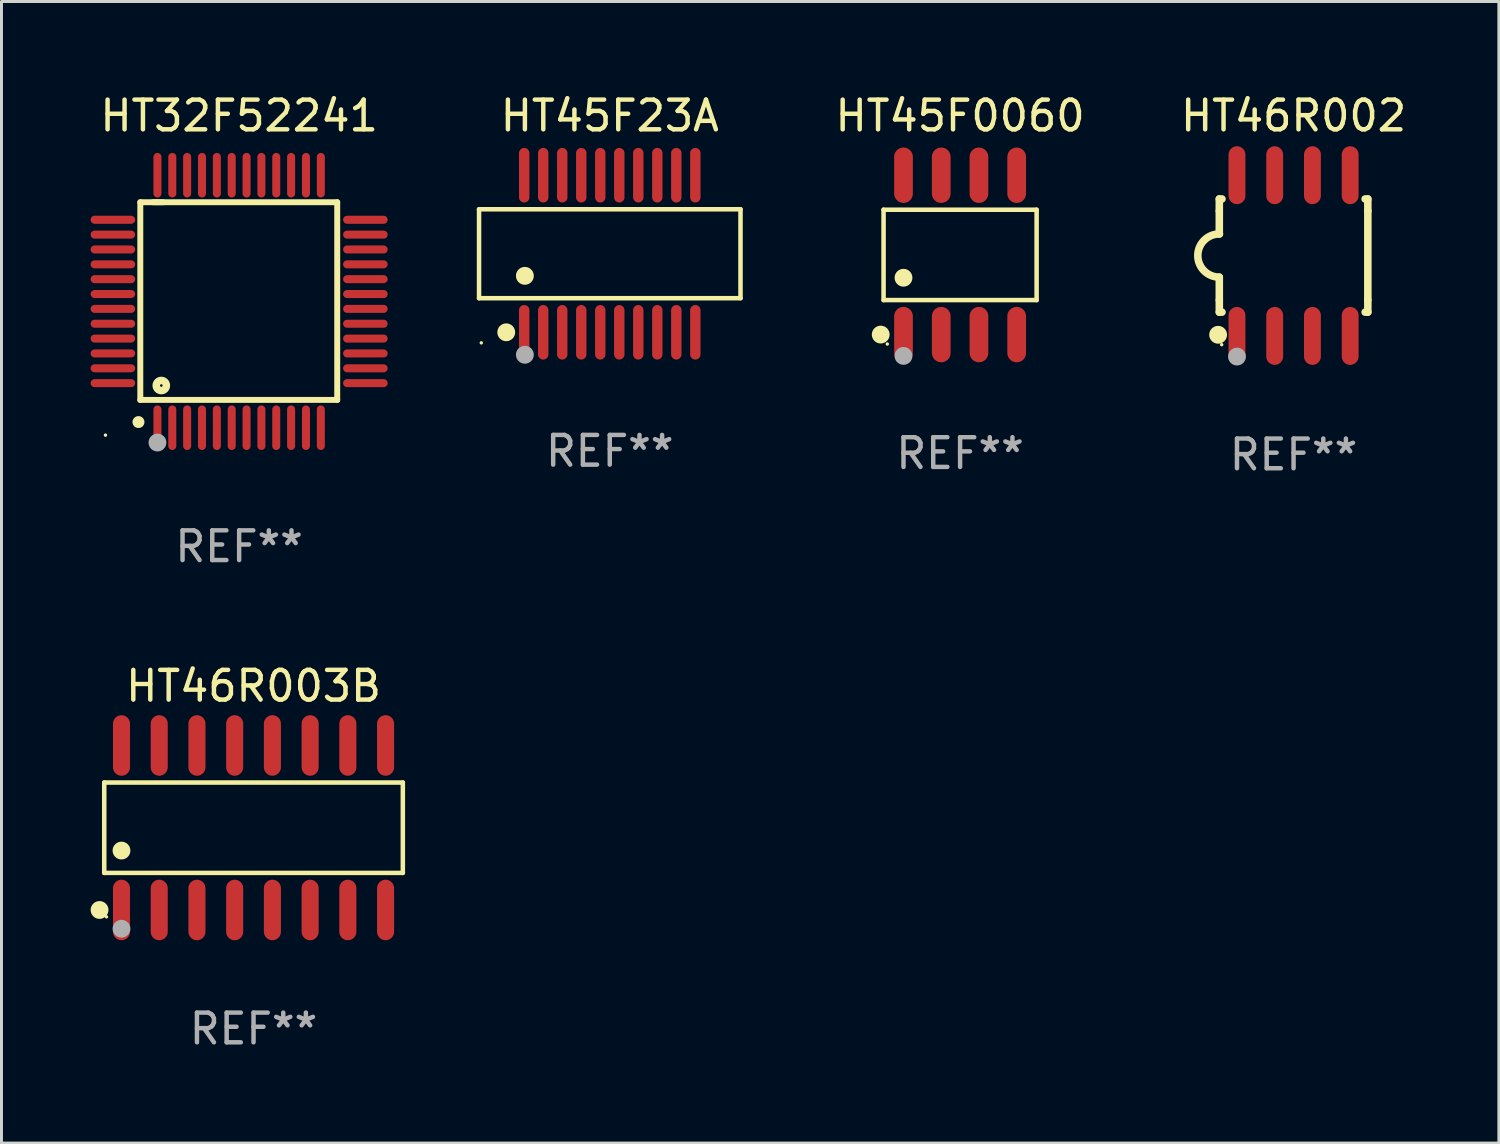
<source format=kicad_pcb>
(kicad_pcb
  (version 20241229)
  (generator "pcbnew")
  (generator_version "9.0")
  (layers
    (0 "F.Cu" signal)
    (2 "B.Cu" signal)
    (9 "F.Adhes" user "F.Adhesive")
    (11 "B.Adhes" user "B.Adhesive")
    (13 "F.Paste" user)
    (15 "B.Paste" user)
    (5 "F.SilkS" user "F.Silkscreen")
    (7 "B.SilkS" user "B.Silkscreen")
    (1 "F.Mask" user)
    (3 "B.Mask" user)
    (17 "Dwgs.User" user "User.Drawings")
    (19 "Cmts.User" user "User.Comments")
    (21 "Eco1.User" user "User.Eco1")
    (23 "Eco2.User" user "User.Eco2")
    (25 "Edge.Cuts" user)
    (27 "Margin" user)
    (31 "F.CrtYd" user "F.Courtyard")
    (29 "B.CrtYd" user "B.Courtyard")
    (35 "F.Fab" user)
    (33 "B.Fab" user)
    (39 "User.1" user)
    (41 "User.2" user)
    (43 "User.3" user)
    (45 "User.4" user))
  (footprint "HT45F0060"
    (layer "F.Cu")
    (at 29.27 5.531)
    (property "Reference" "HT45F0060" (at 0 -4.682 0) (layer "F.SilkS") (effects (font (size 1 1) (thickness 0.15))))
    (attr through_hole)
    (fp_line (start -2.576 -1.521) (end 2.576 -1.521) (stroke (width 0.152) (type solid)) (layer "F.SilkS"))
    (fp_line (start -2.576 1.521) (end -2.576 -1.521) (stroke (width 0.152) (type solid)) (layer "F.SilkS"))
    (fp_line (start 2.576 -1.521) (end 2.576 1.521) (stroke (width 0.152) (type solid)) (layer "F.SilkS"))
    (fp_line (start 2.576 1.521) (end -2.576 1.521) (stroke (width 0.152) (type solid)) (layer "F.SilkS"))
    (fp_circle (center -2.672 2.682) (end -2.522 2.682) (stroke (width 0.3) (type solid)) (fill no) (layer "F.SilkS"))
    (fp_circle (center -2.45 3) (end -2.42 3) (stroke (width 0.06) (type solid)) (fill no) (layer "F.SilkS"))
    (fp_circle (center -1.905 0.769) (end -1.755 0.769) (stroke (width 0.3) (type solid)) (fill no) (layer "F.SilkS"))
    (fp_circle (center -1.905 3.4) (end -1.755 3.4) (stroke (width 0.3) (type solid)) (fill no) (layer "F.Fab"))
    (fp_text user "REF**" (at 0 6.682 0) (layer "F.Fab") (effects (font (size 1 1) (thickness 0.15))))
    (pad "1" smd oval (at -1.905 2.682) (size 0.63 1.865) (layers "F.Cu" "F.Mask" "F.Paste"))
    (pad "2" smd oval (at -0.635 2.682) (size 0.63 1.865) (layers "F.Cu" "F.Mask" "F.Paste"))
    (pad "3" smd oval (at 0.635 2.682) (size 0.63 1.865) (layers "F.Cu" "F.Mask" "F.Paste"))
    (pad "4" smd oval (at 1.905 2.682) (size 0.63 1.865) (layers "F.Cu" "F.Mask" "F.Paste"))
    (pad "5" smd oval (at 1.905 -2.682) (size 0.63 1.865) (layers "F.Cu" "F.Mask" "F.Paste"))
    (pad "6" smd oval (at 0.635 -2.682) (size 0.63 1.865) (layers "F.Cu" "F.Mask" "F.Paste"))
    (pad "7" smd oval (at -0.635 -2.682) (size 0.63 1.865) (layers "F.Cu" "F.Mask" "F.Paste"))
    (pad "8" smd oval (at -1.905 -2.682) (size 0.63 1.865) (layers "F.Cu" "F.Mask" "F.Paste")))
  (footprint "HT45F23A"
    (layer "F.Cu")
    (at 17.477 5.492)
    (property "Reference" "HT45F23A" (at 0 -4.644 0) (layer "F.SilkS") (effects (font (size 1 1) (thickness 0.15))))
    (attr through_hole)
    (fp_line (start -4.401 -1.497) (end 4.401 -1.497) (stroke (width 0.152) (type solid)) (layer "F.SilkS"))
    (fp_line (start -4.401 1.496) (end -4.401 -1.497) (stroke (width 0.152) (type solid)) (layer "F.SilkS"))
    (fp_line (start 4.401 -1.497) (end 4.401 1.496) (stroke (width 0.152) (type solid)) (layer "F.SilkS"))
    (fp_line (start 4.401 1.496) (end -4.401 1.496) (stroke (width 0.152) (type solid)) (layer "F.SilkS"))
    (fp_circle (center -4.325 3) (end -4.295 3) (stroke (width 0.06) (type solid)) (fill no) (layer "F.SilkS"))
    (fp_circle (center -3.485 2.644) (end -3.335 2.644) (stroke (width 0.3) (type solid)) (fill no) (layer "F.SilkS"))
    (fp_circle (center -2.858 0.744) (end -2.707 0.744) (stroke (width 0.3) (type solid)) (fill no) (layer "F.SilkS"))
    (fp_circle (center -2.858 3.4) (end -2.707 3.4) (stroke (width 0.3) (type solid)) (fill no) (layer "F.Fab"))
    (fp_text user "REF**" (at 0 6.644 0) (layer "F.Fab") (effects (font (size 1 1) (thickness 0.15))))
    (pad "1" smd oval (at -2.88 2.644) (size 0.35 1.837) (layers "F.Cu" "F.Mask" "F.Paste"))
    (pad "2" smd oval (at -2.24 2.644) (size 0.35 1.837) (layers "F.Cu" "F.Mask" "F.Paste"))
    (pad "3" smd oval (at -1.6 2.644) (size 0.35 1.837) (layers "F.Cu" "F.Mask" "F.Paste"))
    (pad "4" smd oval (at -0.96 2.644) (size 0.35 1.837) (layers "F.Cu" "F.Mask" "F.Paste"))
    (pad "5" smd oval (at -0.32 2.644) (size 0.35 1.837) (layers "F.Cu" "F.Mask" "F.Paste"))
    (pad "6" smd oval (at 0.32 2.644) (size 0.35 1.837) (layers "F.Cu" "F.Mask" "F.Paste"))
    (pad "7" smd oval (at 0.96 2.644) (size 0.35 1.837) (layers "F.Cu" "F.Mask" "F.Paste"))
    (pad "8" smd oval (at 1.6 2.644) (size 0.35 1.837) (layers "F.Cu" "F.Mask" "F.Paste"))
    (pad "9" smd oval (at 2.24 2.644) (size 0.35 1.837) (layers "F.Cu" "F.Mask" "F.Paste"))
    (pad "10" smd oval (at 2.88 2.644) (size 0.35 1.837) (layers "F.Cu" "F.Mask" "F.Paste"))
    (pad "11" smd oval (at 2.88 -2.644 180) (size 0.35 1.837) (layers "F.Cu" "F.Mask" "F.Paste"))
    (pad "12" smd oval (at 2.24 -2.644 180) (size 0.35 1.837) (layers "F.Cu" "F.Mask" "F.Paste"))
    (pad "13" smd oval (at 1.6 -2.644 180) (size 0.35 1.837) (layers "F.Cu" "F.Mask" "F.Paste"))
    (pad "14" smd oval (at 0.96 -2.644 180) (size 0.35 1.837) (layers "F.Cu" "F.Mask" "F.Paste"))
    (pad "15" smd oval (at 0.32 -2.644 180) (size 0.35 1.837) (layers "F.Cu" "F.Mask" "F.Paste"))
    (pad "16" smd oval (at -0.32 -2.644 180) (size 0.35 1.837) (layers "F.Cu" "F.Mask" "F.Paste"))
    (pad "17" smd oval (at -0.96 -2.644 180) (size 0.35 1.837) (layers "F.Cu" "F.Mask" "F.Paste"))
    (pad "18" smd oval (at -1.6 -2.644 180) (size 0.35 1.837) (layers "F.Cu" "F.Mask" "F.Paste"))
    (pad "19" smd oval (at -2.24 -2.644 180) (size 0.35 1.837) (layers "F.Cu" "F.Mask" "F.Paste"))
    (pad "20" smd oval (at -2.88 -2.644 180) (size 0.35 1.837) (layers "F.Cu" "F.Mask" "F.Paste")))
  (footprint "HT46R003B"
    (layer "F.Cu")
    (at 5.485 24.814)
    (property "Reference" "HT46R003B" (at 0 -4.769 0) (layer "F.SilkS") (effects (font (size 1 1) (thickness 0.15))))
    (attr through_hole)
    (fp_line (start -5.026 -1.521) (end 5.026 -1.521) (stroke (width 0.152) (type solid)) (layer "F.SilkS"))
    (fp_line (start -5.026 1.521) (end -5.026 -1.521) (stroke (width 0.152) (type solid)) (layer "F.SilkS"))
    (fp_line (start 5.026 -1.521) (end 5.026 1.521) (stroke (width 0.152) (type solid)) (layer "F.SilkS"))
    (fp_line (start 5.026 1.521) (end -5.026 1.521) (stroke (width 0.152) (type solid)) (layer "F.SilkS"))
    (fp_circle (center -5.184 2.769) (end -5.034 2.769) (stroke (width 0.3) (type solid)) (fill no) (layer "F.SilkS"))
    (fp_circle (center -4.95 3) (end -4.92 3) (stroke (width 0.06) (type solid)) (fill no) (layer "F.SilkS"))
    (fp_circle (center -4.445 0.769) (end -4.295 0.769) (stroke (width 0.3) (type solid)) (fill no) (layer "F.SilkS"))
    (fp_circle (center -4.445 3.4) (end -4.295 3.4) (stroke (width 0.3) (type solid)) (fill no) (layer "F.Fab"))
    (fp_text user "REF**" (at 0 6.769 0) (layer "F.Fab") (effects (font (size 1 1) (thickness 0.15))))
    (pad "1" smd oval (at -4.445 2.769) (size 0.574 2.038) (layers "F.Cu" "F.Mask" "F.Paste"))
    (pad "2" smd oval (at -3.175 2.769) (size 0.574 2.038) (layers "F.Cu" "F.Mask" "F.Paste"))
    (pad "3" smd oval (at -1.905 2.769) (size 0.574 2.038) (layers "F.Cu" "F.Mask" "F.Paste"))
    (pad "4" smd oval (at -0.635 2.769) (size 0.574 2.038) (layers "F.Cu" "F.Mask" "F.Paste"))
    (pad "5" smd oval (at 0.635 2.769) (size 0.574 2.038) (layers "F.Cu" "F.Mask" "F.Paste"))
    (pad "6" smd oval (at 1.905 2.769) (size 0.574 2.038) (layers "F.Cu" "F.Mask" "F.Paste"))
    (pad "7" smd oval (at 3.175 2.769) (size 0.574 2.038) (layers "F.Cu" "F.Mask" "F.Paste"))
    (pad "8" smd oval (at 4.445 2.769) (size 0.574 2.038) (layers "F.Cu" "F.Mask" "F.Paste"))
    (pad "9" smd oval (at 4.445 -2.769) (size 0.574 2.038) (layers "F.Cu" "F.Mask" "F.Paste"))
    (pad "10" smd oval (at 3.175 -2.769) (size 0.574 2.038) (layers "F.Cu" "F.Mask" "F.Paste"))
    (pad "11" smd oval (at 1.905 -2.769) (size 0.574 2.038) (layers "F.Cu" "F.Mask" "F.Paste"))
    (pad "12" smd oval (at 0.635 -2.769) (size 0.574 2.038) (layers "F.Cu" "F.Mask" "F.Paste"))
    (pad "13" smd oval (at -0.635 -2.769) (size 0.574 2.038) (layers "F.Cu" "F.Mask" "F.Paste"))
    (pad "14" smd oval (at -1.905 -2.769) (size 0.574 2.038) (layers "F.Cu" "F.Mask" "F.Paste"))
    (pad "15" smd oval (at -3.175 -2.769) (size 0.574 2.038) (layers "F.Cu" "F.Mask" "F.Paste"))
    (pad "16" smd oval (at -4.445 -2.769) (size 0.574 2.038) (layers "F.Cu" "F.Mask" "F.Paste")))
  (footprint "HT32F52241"
    (layer "F.Cu")
    (at 5 7.098)
    (property "Reference" "HT32F52241" (at 0 -6.25 0) (layer "F.SilkS") (effects (font (size 1 1) (thickness 0.15))))
    (attr through_hole)
    (fp_line (start -3.327 -3.34) (end -2.565 -3.34) (stroke (width 0.2) (type solid)) (layer "F.SilkS"))
    (fp_line (start -3.327 3.315) (end -3.327 -3.34) (stroke (width 0.2) (type solid)) (layer "F.SilkS"))
    (fp_line (start -2.896 -3.34) (end 3.302 -3.34) (stroke (width 0.2) (type solid)) (layer "F.SilkS"))
    (fp_line (start 3.302 -3.34) (end 3.302 3.315) (stroke (width 0.2) (type solid)) (layer "F.SilkS"))
    (fp_line (start 3.302 3.315) (end -3.327 3.315) (stroke (width 0.2) (type solid)) (layer "F.SilkS"))
    (fp_arc (start -3.389992 4.059995) (mid -3.388722 4.059991) (end -3.387452 4.059995) (stroke (width 0.4) (type solid)) (layer "F.SilkS"))
    (fp_circle (center -4.5 4.5) (end -4.47 4.5) (stroke (width 0.06) (type solid)) (fill no) (layer "F.SilkS"))
    (fp_circle (center -2.62 2.83) (end -2.45 2.83) (stroke (width 0.254) (type solid)) (fill no) (layer "F.SilkS"))
    (fp_circle (center -2.75 4.75) (end -2.6 4.75) (stroke (width 0.3) (type solid)) (fill no) (layer "F.Fab"))
    (fp_text user "REF**" (at 0 8.25 0) (layer "F.Fab") (effects (font (size 1 1) (thickness 0.15))))
    (pad "1" smd oval (at -2.75 4.25) (size 0.27 1.5) (layers "F.Cu" "F.Mask" "F.Paste"))
    (pad "2" smd oval (at -2.25 4.25) (size 0.27 1.5) (layers "F.Cu" "F.Mask" "F.Paste"))
    (pad "3" smd oval (at -1.75 4.25) (size 0.27 1.5) (layers "F.Cu" "F.Mask" "F.Paste"))
    (pad "4" smd oval (at -1.25 4.25) (size 0.27 1.5) (layers "F.Cu" "F.Mask" "F.Paste"))
    (pad "5" smd oval (at -0.75 4.25) (size 0.27 1.5) (layers "F.Cu" "F.Mask" "F.Paste"))
    (pad "6" smd oval (at -0.25 4.25) (size 0.27 1.5) (layers "F.Cu" "F.Mask" "F.Paste"))
    (pad "7" smd oval (at 0.25 4.25) (size 0.27 1.5) (layers "F.Cu" "F.Mask" "F.Paste"))
    (pad "8" smd oval (at 0.75 4.25) (size 0.27 1.5) (layers "F.Cu" "F.Mask" "F.Paste"))
    (pad "9" smd oval (at 1.25 4.25) (size 0.27 1.5) (layers "F.Cu" "F.Mask" "F.Paste"))
    (pad "10" smd oval (at 1.75 4.25) (size 0.27 1.5) (layers "F.Cu" "F.Mask" "F.Paste"))
    (pad "11" smd oval (at 2.25 4.25) (size 0.27 1.5) (layers "F.Cu" "F.Mask" "F.Paste"))
    (pad "12" smd oval (at 2.75 4.25) (size 0.27 1.5) (layers "F.Cu" "F.Mask" "F.Paste"))
    (pad "13" smd oval (at 4.25 2.75) (size 1.5 0.27) (layers "F.Cu" "F.Mask" "F.Paste"))
    (pad "14" smd oval (at 4.25 2.25) (size 1.5 0.27) (layers "F.Cu" "F.Mask" "F.Paste"))
    (pad "15" smd oval (at 4.25 1.75) (size 1.5 0.27) (layers "F.Cu" "F.Mask" "F.Paste"))
    (pad "16" smd oval (at 4.25 1.25) (size 1.5 0.27) (layers "F.Cu" "F.Mask" "F.Paste"))
    (pad "17" smd oval (at 4.25 0.75) (size 1.5 0.27) (layers "F.Cu" "F.Mask" "F.Paste"))
    (pad "18" smd oval (at 4.25 0.25) (size 1.5 0.27) (layers "F.Cu" "F.Mask" "F.Paste"))
    (pad "19" smd oval (at 4.25 -0.25) (size 1.5 0.27) (layers "F.Cu" "F.Mask" "F.Paste"))
    (pad "20" smd oval (at 4.25 -0.75) (size 1.5 0.27) (layers "F.Cu" "F.Mask" "F.Paste"))
    (pad "21" smd oval (at 4.25 -1.25) (size 1.5 0.27) (layers "F.Cu" "F.Mask" "F.Paste"))
    (pad "22" smd oval (at 4.25 -1.75) (size 1.5 0.27) (layers "F.Cu" "F.Mask" "F.Paste"))
    (pad "23" smd oval (at 4.25 -2.25) (size 1.5 0.27) (layers "F.Cu" "F.Mask" "F.Paste"))
    (pad "24" smd oval (at 4.25 -2.75) (size 1.5 0.27) (layers "F.Cu" "F.Mask" "F.Paste"))
    (pad "25" smd oval (at 2.75 -4.25) (size 0.27 1.5) (layers "F.Cu" "F.Mask" "F.Paste"))
    (pad "26" smd oval (at 2.25 -4.25) (size 0.27 1.5) (layers "F.Cu" "F.Mask" "F.Paste"))
    (pad "27" smd oval (at 1.75 -4.25) (size 0.27 1.5) (layers "F.Cu" "F.Mask" "F.Paste"))
    (pad "28" smd oval (at 1.25 -4.25) (size 0.27 1.5) (layers "F.Cu" "F.Mask" "F.Paste"))
    (pad "29" smd oval (at 0.75 -4.25) (size 0.27 1.5) (layers "F.Cu" "F.Mask" "F.Paste"))
    (pad "30" smd oval (at 0.25 -4.25) (size 0.27 1.5) (layers "F.Cu" "F.Mask" "F.Paste"))
    (pad "31" smd oval (at -0.25 -4.25) (size 0.27 1.5) (layers "F.Cu" "F.Mask" "F.Paste"))
    (pad "32" smd oval (at -0.75 -4.25) (size 0.27 1.5) (layers "F.Cu" "F.Mask" "F.Paste"))
    (pad "33" smd oval (at -1.25 -4.25) (size 0.27 1.5) (layers "F.Cu" "F.Mask" "F.Paste"))
    (pad "34" smd oval (at -1.75 -4.25) (size 0.27 1.5) (layers "F.Cu" "F.Mask" "F.Paste"))
    (pad "35" smd oval (at -2.25 -4.25) (size 0.27 1.5) (layers "F.Cu" "F.Mask" "F.Paste"))
    (pad "36" smd oval (at -2.75 -4.25) (size 0.27 1.5) (layers "F.Cu" "F.Mask" "F.Paste"))
    (pad "37" smd oval (at -4.25 -2.75) (size 1.5 0.27) (layers "F.Cu" "F.Mask" "F.Paste"))
    (pad "38" smd oval (at -4.25 -2.25) (size 1.5 0.27) (layers "F.Cu" "F.Mask" "F.Paste"))
    (pad "39" smd oval (at -4.25 -1.75) (size 1.5 0.27) (layers "F.Cu" "F.Mask" "F.Paste"))
    (pad "40" smd oval (at -4.25 -1.25) (size 1.5 0.27) (layers "F.Cu" "F.Mask" "F.Paste"))
    (pad "41" smd oval (at -4.25 -0.75) (size 1.5 0.27) (layers "F.Cu" "F.Mask" "F.Paste"))
    (pad "42" smd oval (at -4.25 -0.25) (size 1.5 0.27) (layers "F.Cu" "F.Mask" "F.Paste"))
    (pad "43" smd oval (at -4.25 0.25) (size 1.5 0.27) (layers "F.Cu" "F.Mask" "F.Paste"))
    (pad "44" smd oval (at -4.25 0.75) (size 1.5 0.27) (layers "F.Cu" "F.Mask" "F.Paste"))
    (pad "45" smd oval (at -4.25 1.25) (size 1.5 0.27) (layers "F.Cu" "F.Mask" "F.Paste"))
    (pad "46" smd oval (at -4.25 1.75) (size 1.5 0.27) (layers "F.Cu" "F.Mask" "F.Paste"))
    (pad "47" smd oval (at -4.25 2.25) (size 1.5 0.27) (layers "F.Cu" "F.Mask" "F.Paste"))
    (pad "48" smd oval (at -4.25 2.75) (size 1.5 0.27) (layers "F.Cu" "F.Mask" "F.Paste")))
  (footprint "HT46R002"
    (layer "F.Cu")
    (at 40.496 5.553)
    (property "Reference" "HT46R002" (at 0 -4.705 0) (layer "F.SilkS") (effects (font (size 1 1) (thickness 0.15))))
    (attr through_hole)
    (fp_line (start -2.5 -1.905) (end -2.409 -1.905) (stroke (width 0.254) (type solid)) (layer "F.SilkS"))
    (fp_line (start -2.5 -1.5) (end -2.5 -1.905) (stroke (width 0.254) (type solid)) (layer "F.SilkS"))
    (fp_line (start -2.5 -1.5) (end -2.5 -0.726) (stroke (width 0.254) (type solid)) (layer "F.SilkS"))
    (fp_line (start -2.5 1.5) (end -2.5 0.727) (stroke (width 0.254) (type solid)) (layer "F.SilkS"))
    (fp_line (start -2.5 1.5) (end -2.5 1.905) (stroke (width 0.254) (type solid)) (layer "F.SilkS"))
    (fp_line (start -2.5 1.905) (end -2.409 1.905) (stroke (width 0.254) (type solid)) (layer "F.SilkS"))
    (fp_line (start 2.5 -1.905) (end 2.409 -1.905) (stroke (width 0.254) (type solid)) (layer "F.SilkS"))
    (fp_line (start 2.5 -1.5) (end 2.5 -1.905) (stroke (width 0.254) (type solid)) (layer "F.SilkS"))
    (fp_line (start 2.5 -1.5) (end 2.5 1.5) (stroke (width 0.254) (type solid)) (layer "F.SilkS"))
    (fp_line (start 2.5 1.5) (end 2.5 1.905) (stroke (width 0.254) (type solid)) (layer "F.SilkS"))
    (fp_line (start 2.5 1.905) (end 2.409 1.905) (stroke (width 0.254) (type solid)) (layer "F.SilkS"))
    (fp_arc (start -2.5 0.726568) (mid -3.220316 -0.0023) (end -2.495097 -0.726289) (stroke (width 0.254001) (type solid)) (layer "F.SilkS"))
    (fp_circle (center -2.54 2.667) (end -2.39 2.667) (stroke (width 0.3) (type solid)) (fill no) (layer "F.SilkS"))
    (fp_circle (center -2.42 3) (end -2.39 3) (stroke (width 0.06) (type solid)) (fill no) (layer "F.SilkS"))
    (fp_circle (center -1.905 3.4) (end -1.755 3.4) (stroke (width 0.3) (type solid)) (fill no) (layer "F.Fab"))
    (fp_text user "REF**" (at 0 6.705 0) (layer "F.Fab") (effects (font (size 1 1) (thickness 0.15))))
    (pad "1" smd oval (at -1.905 2.705) (size 0.568 1.95) (layers "F.Cu" "F.Mask" "F.Paste"))
    (pad "2" smd oval (at -0.635 2.705) (size 0.568 1.95) (layers "F.Cu" "F.Mask" "F.Paste"))
    (pad "3" smd oval (at 0.635 2.705) (size 0.568 1.95) (layers "F.Cu" "F.Mask" "F.Paste"))
    (pad "4" smd oval (at 1.905 2.705) (size 0.568 1.95) (layers "F.Cu" "F.Mask" "F.Paste"))
    (pad "5" smd oval (at 1.905 -2.705) (size 0.568 1.95) (layers "F.Cu" "F.Mask" "F.Paste"))
    (pad "6" smd oval (at 0.635 -2.705) (size 0.568 1.95) (layers "F.Cu" "F.Mask" "F.Paste"))
    (pad "7" smd oval (at -0.635 -2.705) (size 0.568 1.95) (layers "F.Cu" "F.Mask" "F.Paste"))
    (pad "8" smd oval (at -1.905 -2.705) (size 0.568 1.95) (layers "F.Cu" "F.Mask" "F.Paste")))
  (gr_rect
    (start -3 -3)
    (end 47.407 35.431)
    (stroke (width 0.1) (type default))
    (fill no)
    (layer "Edge.Cuts")))
</source>
